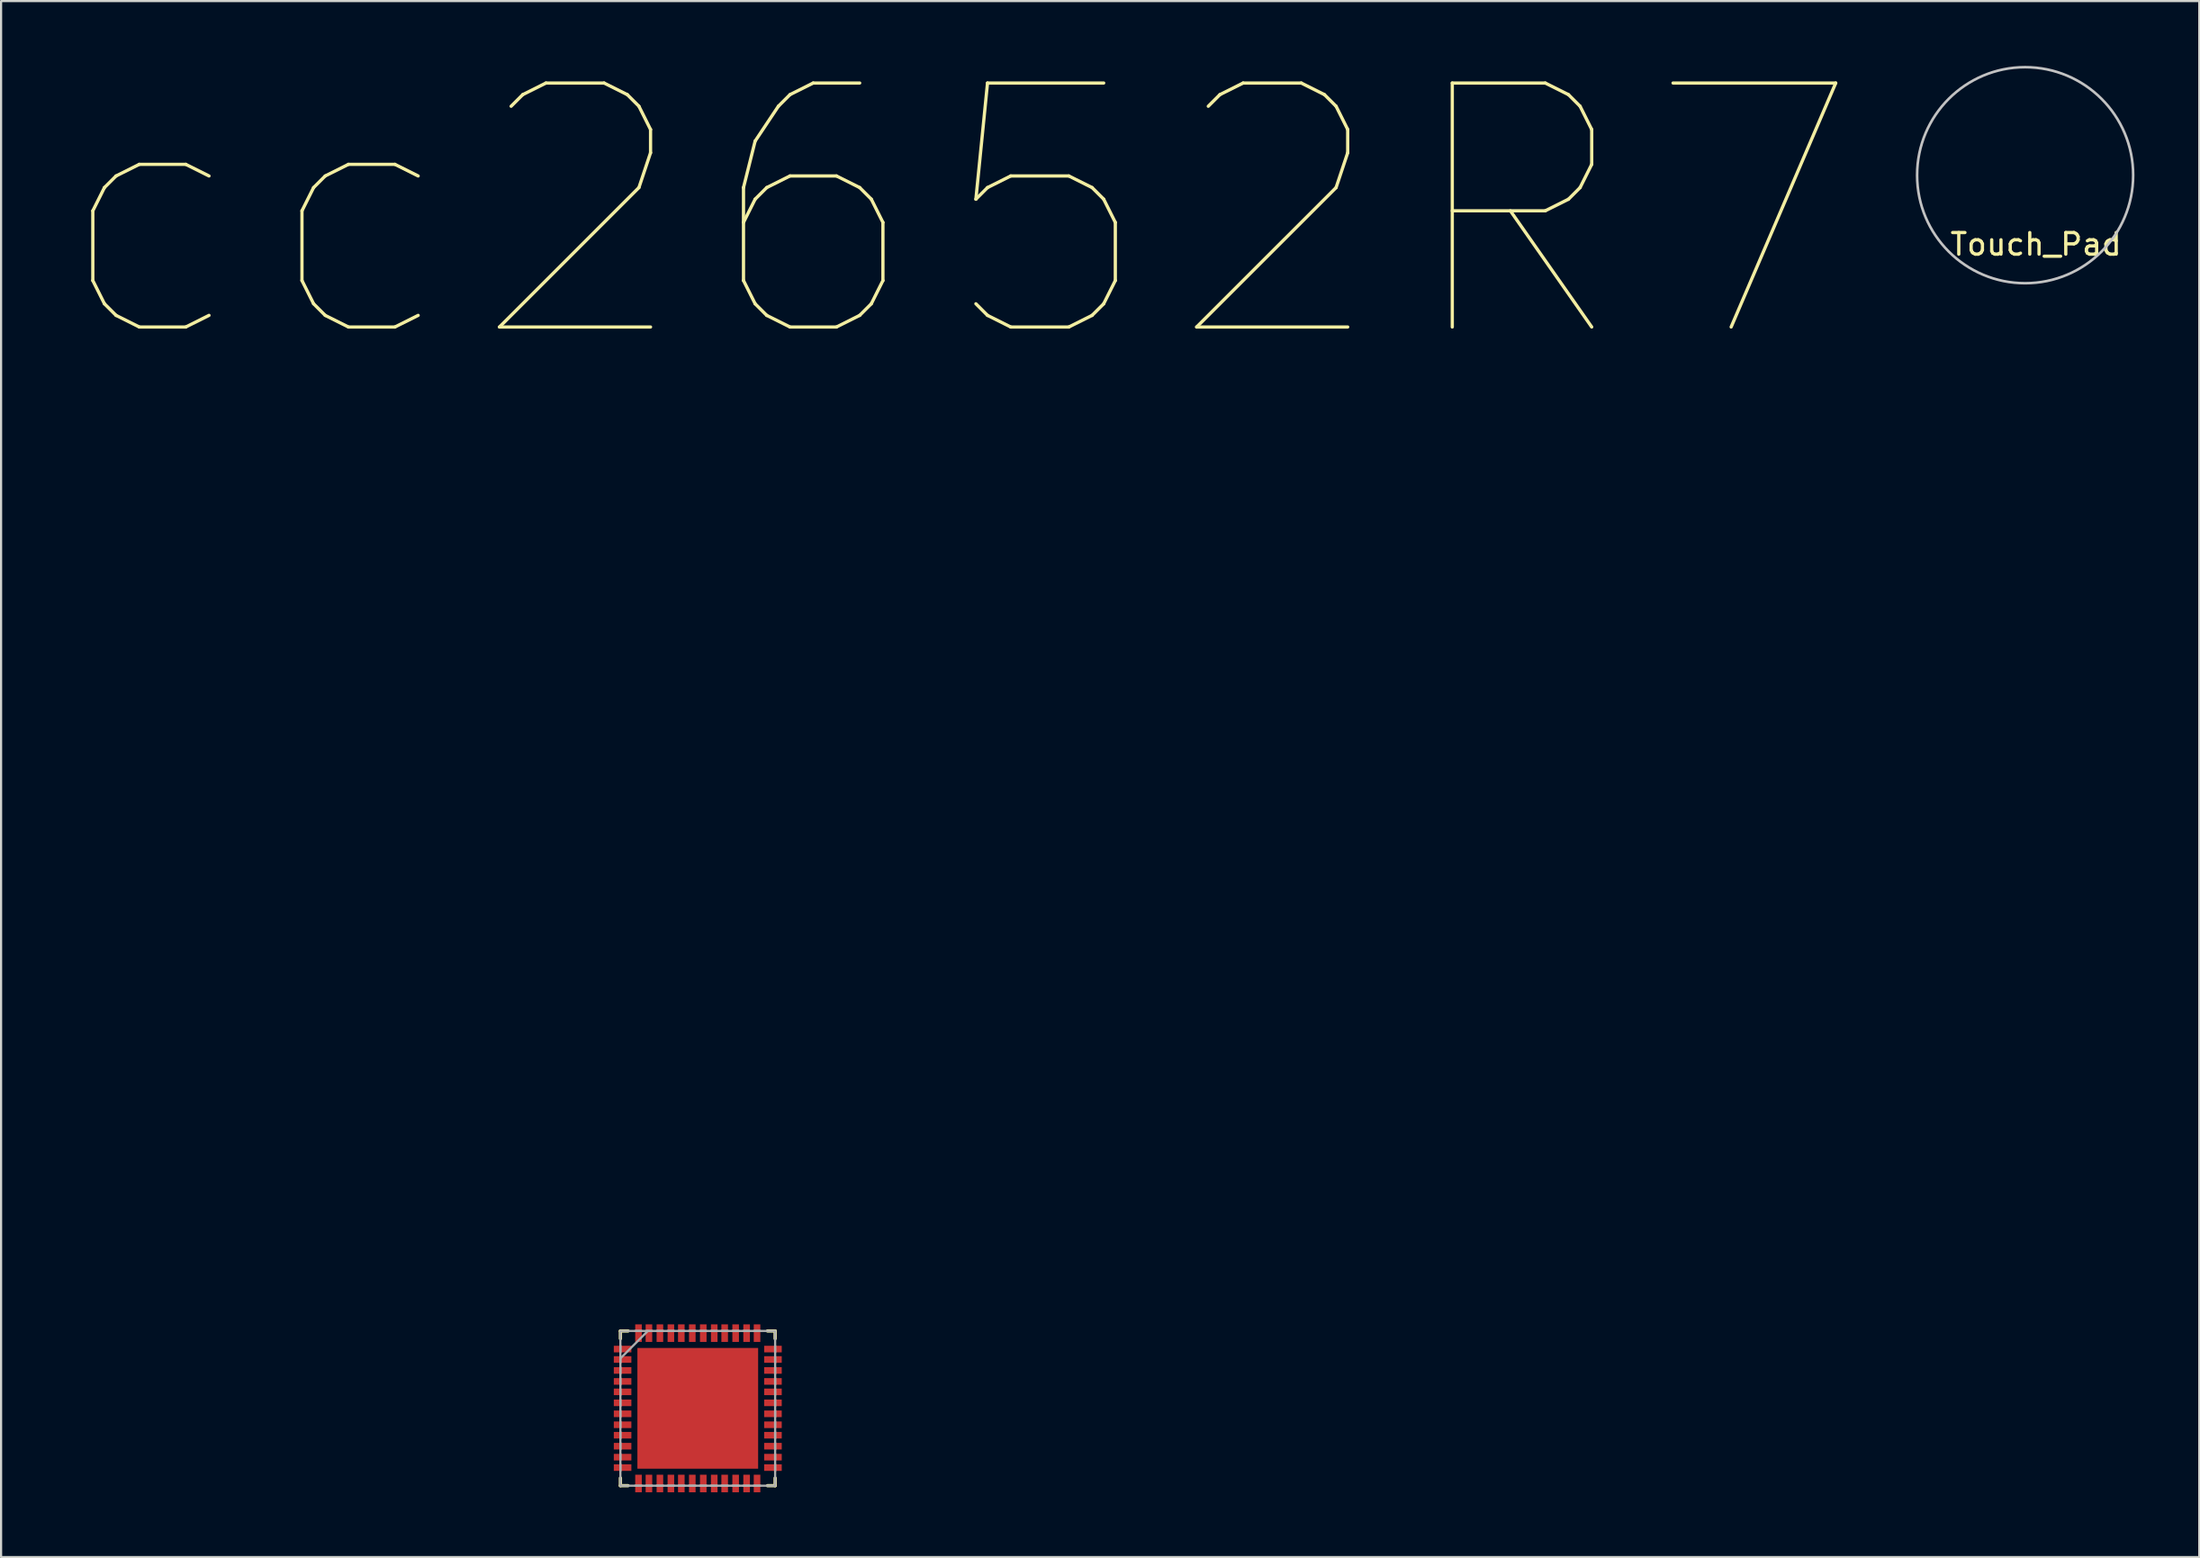
<source format=kicad_pcb>
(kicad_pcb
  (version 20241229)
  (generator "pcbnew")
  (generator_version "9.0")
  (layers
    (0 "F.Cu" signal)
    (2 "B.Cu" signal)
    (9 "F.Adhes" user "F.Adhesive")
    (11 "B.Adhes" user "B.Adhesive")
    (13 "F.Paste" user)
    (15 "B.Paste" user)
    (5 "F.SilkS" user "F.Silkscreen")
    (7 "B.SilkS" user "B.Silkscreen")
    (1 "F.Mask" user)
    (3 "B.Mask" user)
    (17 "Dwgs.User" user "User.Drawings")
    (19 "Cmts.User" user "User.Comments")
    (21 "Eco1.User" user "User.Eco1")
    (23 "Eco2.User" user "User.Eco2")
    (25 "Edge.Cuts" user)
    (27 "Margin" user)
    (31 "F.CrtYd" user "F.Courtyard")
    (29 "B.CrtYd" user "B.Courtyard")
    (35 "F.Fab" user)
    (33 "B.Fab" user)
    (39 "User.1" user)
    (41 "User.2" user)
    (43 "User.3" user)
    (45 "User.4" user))
  (footprint "Touch_Pad"
    (layer "F.Cu")
    (at 90.685 5.16)
    (property "Reference" "Touch_Pad" (at 0.5 3.1 0) (layer "F.SilkS") (effects (font (size 1 1) (thickness 0.15))))
    (attr through_hole)
    (fp_circle (center 0 -0.1) (end 5 -0.1) (stroke (width 0.12) (type solid)) (fill no) (layer "Dwgs.User")))
  (footprint "cc2652R7"
    (layer "F.Cu")
    (at 29.247 62.143)
    (property "Reference" "cc2652R7" (at 12.066 -55.273 0) (layer "F.SilkS") (effects (font (size 11.294 11.294) (thickness 0.15))))
    (attr smd)
    (fp_line (start -3.581 -3.581) (end -3.581 -3.226) (stroke (width 0.152) (type solid)) (layer "F.SilkS"))
    (fp_line (start -3.581 3.226) (end -3.581 3.581) (stroke (width 0.152) (type solid)) (layer "F.SilkS"))
    (fp_line (start -3.581 3.581) (end -3.226 3.581) (stroke (width 0.152) (type solid)) (layer "F.SilkS"))
    (fp_line (start -3.226 -3.581) (end -3.581 -3.581) (stroke (width 0.152) (type solid)) (layer "F.SilkS"))
    (fp_line (start 3.226 3.581) (end 3.581 3.581) (stroke (width 0.152) (type solid)) (layer "F.SilkS"))
    (fp_line (start 3.581 -3.581) (end 3.226 -3.581) (stroke (width 0.152) (type solid)) (layer "F.SilkS"))
    (fp_line (start 3.581 -3.226) (end 3.581 -3.581) (stroke (width 0.152) (type solid)) (layer "F.SilkS"))
    (fp_line (start 3.581 3.581) (end 3.581 3.226) (stroke (width 0.152) (type solid)) (layer "F.SilkS"))
    (fp_line (start -3.581 -3.581) (end -3.581 3.581) (stroke (width 0.1) (type solid)) (layer "F.Fab"))
    (fp_line (start -3.581 -2.896) (end -3.581 -2.591) (stroke (width 0.1) (type solid)) (layer "F.Fab"))
    (fp_line (start -3.581 -2.388) (end -3.581 -2.108) (stroke (width 0.1) (type solid)) (layer "F.Fab"))
    (fp_line (start -3.581 -2.311) (end -2.311 -3.581) (stroke (width 0.1) (type solid)) (layer "F.Fab"))
    (fp_line (start -3.581 -1.905) (end -3.581 -1.6) (stroke (width 0.1) (type solid)) (layer "F.Fab"))
    (fp_line (start -3.581 -1.397) (end -3.581 -1.092) (stroke (width 0.1) (type solid)) (layer "F.Fab"))
    (fp_line (start -3.581 -0.889) (end -3.581 -0.61) (stroke (width 0.1) (type solid)) (layer "F.Fab"))
    (fp_line (start -3.581 -0.406) (end -3.581 -0.102) (stroke (width 0.1) (type solid)) (layer "F.Fab"))
    (fp_line (start -3.581 0.102) (end -3.581 0.406) (stroke (width 0.1) (type solid)) (layer "F.Fab"))
    (fp_line (start -3.581 0.61) (end -3.581 0.889) (stroke (width 0.1) (type solid)) (layer "F.Fab"))
    (fp_line (start -3.581 1.092) (end -3.581 1.397) (stroke (width 0.1) (type solid)) (layer "F.Fab"))
    (fp_line (start -3.581 1.6) (end -3.581 1.905) (stroke (width 0.1) (type solid)) (layer "F.Fab"))
    (fp_line (start -3.581 2.108) (end -3.581 2.388) (stroke (width 0.1) (type solid)) (layer "F.Fab"))
    (fp_line (start -3.581 2.591) (end -3.581 2.896) (stroke (width 0.1) (type solid)) (layer "F.Fab"))
    (fp_line (start -3.581 3.581) (end 3.581 3.581) (stroke (width 0.1) (type solid)) (layer "F.Fab"))
    (fp_line (start -2.896 3.581) (end -2.591 3.581) (stroke (width 0.1) (type solid)) (layer "F.Fab"))
    (fp_line (start -2.591 -3.581) (end -2.896 -3.581) (stroke (width 0.1) (type solid)) (layer "F.Fab"))
    (fp_line (start -2.388 3.581) (end -2.108 3.581) (stroke (width 0.1) (type solid)) (layer "F.Fab"))
    (fp_line (start -2.108 -3.581) (end -2.388 -3.581) (stroke (width 0.1) (type solid)) (layer "F.Fab"))
    (fp_line (start -1.905 3.581) (end -1.6 3.581) (stroke (width 0.1) (type solid)) (layer "F.Fab"))
    (fp_line (start -1.6 -3.581) (end -1.905 -3.581) (stroke (width 0.1) (type solid)) (layer "F.Fab"))
    (fp_line (start -1.397 3.581) (end -1.092 3.581) (stroke (width 0.1) (type solid)) (layer "F.Fab"))
    (fp_line (start -1.092 -3.581) (end -1.397 -3.581) (stroke (width 0.1) (type solid)) (layer "F.Fab"))
    (fp_line (start -0.889 3.581) (end -0.61 3.581) (stroke (width 0.1) (type solid)) (layer "F.Fab"))
    (fp_line (start -0.61 -3.581) (end -0.889 -3.581) (stroke (width 0.1) (type solid)) (layer "F.Fab"))
    (fp_line (start -0.406 3.581) (end -0.102 3.581) (stroke (width 0.1) (type solid)) (layer "F.Fab"))
    (fp_line (start -0.102 -3.581) (end -0.406 -3.581) (stroke (width 0.1) (type solid)) (layer "F.Fab"))
    (fp_line (start 0.102 3.581) (end 0.406 3.581) (stroke (width 0.1) (type solid)) (layer "F.Fab"))
    (fp_line (start 0.406 -3.581) (end 0.102 -3.581) (stroke (width 0.1) (type solid)) (layer "F.Fab"))
    (fp_line (start 0.61 3.581) (end 0.889 3.581) (stroke (width 0.1) (type solid)) (layer "F.Fab"))
    (fp_line (start 0.889 -3.581) (end 0.61 -3.581) (stroke (width 0.1) (type solid)) (layer "F.Fab"))
    (fp_line (start 1.092 3.581) (end 1.397 3.581) (stroke (width 0.1) (type solid)) (layer "F.Fab"))
    (fp_line (start 1.397 -3.581) (end 1.092 -3.581) (stroke (width 0.1) (type solid)) (layer "F.Fab"))
    (fp_line (start 1.6 3.581) (end 1.905 3.581) (stroke (width 0.1) (type solid)) (layer "F.Fab"))
    (fp_line (start 1.905 -3.581) (end 1.6 -3.581) (stroke (width 0.1) (type solid)) (layer "F.Fab"))
    (fp_line (start 2.108 3.581) (end 2.388 3.581) (stroke (width 0.1) (type solid)) (layer "F.Fab"))
    (fp_line (start 2.388 -3.581) (end 2.108 -3.581) (stroke (width 0.1) (type solid)) (layer "F.Fab"))
    (fp_line (start 2.591 3.581) (end 2.896 3.581) (stroke (width 0.1) (type solid)) (layer "F.Fab"))
    (fp_line (start 2.896 -3.581) (end 2.591 -3.581) (stroke (width 0.1) (type solid)) (layer "F.Fab"))
    (fp_line (start 3.581 -3.581) (end -3.581 -3.581) (stroke (width 0.1) (type solid)) (layer "F.Fab"))
    (fp_line (start 3.581 -2.591) (end 3.581 -2.896) (stroke (width 0.1) (type solid)) (layer "F.Fab"))
    (fp_line (start 3.581 -2.108) (end 3.581 -2.388) (stroke (width 0.1) (type solid)) (layer "F.Fab"))
    (fp_line (start 3.581 -1.6) (end 3.581 -1.905) (stroke (width 0.1) (type solid)) (layer "F.Fab"))
    (fp_line (start 3.581 -1.092) (end 3.581 -1.397) (stroke (width 0.1) (type solid)) (layer "F.Fab"))
    (fp_line (start 3.581 -0.61) (end 3.581 -0.889) (stroke (width 0.1) (type solid)) (layer "F.Fab"))
    (fp_line (start 3.581 -0.102) (end 3.581 -0.406) (stroke (width 0.1) (type solid)) (layer "F.Fab"))
    (fp_line (start 3.581 0.406) (end 3.581 0.102) (stroke (width 0.1) (type solid)) (layer "F.Fab"))
    (fp_line (start 3.581 0.889) (end 3.581 0.61) (stroke (width 0.1) (type solid)) (layer "F.Fab"))
    (fp_line (start 3.581 1.397) (end 3.581 1.092) (stroke (width 0.1) (type solid)) (layer "F.Fab"))
    (fp_line (start 3.581 1.905) (end 3.581 1.6) (stroke (width 0.1) (type solid)) (layer "F.Fab"))
    (fp_line (start 3.581 2.388) (end 3.581 2.108) (stroke (width 0.1) (type solid)) (layer "F.Fab"))
    (fp_line (start 3.581 2.896) (end 3.581 2.591) (stroke (width 0.1) (type solid)) (layer "F.Fab"))
    (fp_line (start 3.581 3.581) (end 3.581 -3.581) (stroke (width 0.1) (type solid)) (layer "F.Fab"))
    (pad "1" smd rect (at -3.48 -2.743 270) (size 0.305 0.813) (layers "F.Cu" "F.Mask" "F.Paste"))
    (pad "2" smd rect (at -3.48 -2.261 270) (size 0.305 0.813) (layers "F.Cu" "F.Mask" "F.Paste"))
    (pad "3" smd rect (at -3.48 -1.753 270) (size 0.305 0.813) (layers "F.Cu" "F.Mask" "F.Paste"))
    (pad "4" smd rect (at -3.48 -1.245 270) (size 0.305 0.813) (layers "F.Cu" "F.Mask" "F.Paste"))
    (pad "5" smd rect (at -3.48 -0.762 270) (size 0.305 0.813) (layers "F.Cu" "F.Mask" "F.Paste"))
    (pad "6" smd rect (at -3.48 -0.254 270) (size 0.305 0.813) (layers "F.Cu" "F.Mask" "F.Paste"))
    (pad "7" smd rect (at -3.48 0.254 270) (size 0.305 0.813) (layers "F.Cu" "F.Mask" "F.Paste"))
    (pad "8" smd rect (at -3.48 0.762 270) (size 0.305 0.813) (layers "F.Cu" "F.Mask" "F.Paste"))
    (pad "9" smd rect (at -3.48 1.245 270) (size 0.305 0.813) (layers "F.Cu" "F.Mask" "F.Paste"))
    (pad "10" smd rect (at -3.48 1.753 270) (size 0.305 0.813) (layers "F.Cu" "F.Mask" "F.Paste"))
    (pad "11" smd rect (at -3.48 2.261 270) (size 0.305 0.813) (layers "F.Cu" "F.Mask" "F.Paste"))
    (pad "12" smd rect (at -3.48 2.743 270) (size 0.305 0.813) (layers "F.Cu" "F.Mask" "F.Paste"))
    (pad "13" smd rect (at -2.743 3.48 180) (size 0.305 0.813) (layers "F.Cu" "F.Mask" "F.Paste"))
    (pad "14" smd rect (at -2.261 3.48 180) (size 0.305 0.813) (layers "F.Cu" "F.Mask" "F.Paste"))
    (pad "15" smd rect (at -1.753 3.48 180) (size 0.305 0.813) (layers "F.Cu" "F.Mask" "F.Paste"))
    (pad "16" smd rect (at -1.245 3.48 180) (size 0.305 0.813) (layers "F.Cu" "F.Mask" "F.Paste"))
    (pad "17" smd rect (at -0.762 3.48 180) (size 0.305 0.813) (layers "F.Cu" "F.Mask" "F.Paste"))
    (pad "18" smd rect (at -0.254 3.48 180) (size 0.305 0.813) (layers "F.Cu" "F.Mask" "F.Paste"))
    (pad "19" smd rect (at 0.254 3.48 180) (size 0.305 0.813) (layers "F.Cu" "F.Mask" "F.Paste"))
    (pad "20" smd rect (at 0.762 3.48 180) (size 0.305 0.813) (layers "F.Cu" "F.Mask" "F.Paste"))
    (pad "21" smd rect (at 1.245 3.48 180) (size 0.305 0.813) (layers "F.Cu" "F.Mask" "F.Paste"))
    (pad "22" smd rect (at 1.753 3.48 180) (size 0.305 0.813) (layers "F.Cu" "F.Mask" "F.Paste"))
    (pad "23" smd rect (at 2.261 3.48 180) (size 0.305 0.813) (layers "F.Cu" "F.Mask" "F.Paste"))
    (pad "24" smd rect (at 2.743 3.48 180) (size 0.305 0.813) (layers "F.Cu" "F.Mask" "F.Paste"))
    (pad "25" smd rect (at 3.48 2.743 270) (size 0.305 0.813) (layers "F.Cu" "F.Mask" "F.Paste"))
    (pad "26" smd rect (at 3.48 2.261 270) (size 0.305 0.813) (layers "F.Cu" "F.Mask" "F.Paste"))
    (pad "27" smd rect (at 3.48 1.753 270) (size 0.305 0.813) (layers "F.Cu" "F.Mask" "F.Paste"))
    (pad "28" smd rect (at 3.48 1.245 270) (size 0.305 0.813) (layers "F.Cu" "F.Mask" "F.Paste"))
    (pad "29" smd rect (at 3.48 0.762 270) (size 0.305 0.813) (layers "F.Cu" "F.Mask" "F.Paste"))
    (pad "30" smd rect (at 3.48 0.254 270) (size 0.305 0.813) (layers "F.Cu" "F.Mask" "F.Paste"))
    (pad "31" smd rect (at 3.48 -0.254 270) (size 0.305 0.813) (layers "F.Cu" "F.Mask" "F.Paste"))
    (pad "32" smd rect (at 3.48 -0.762 270) (size 0.305 0.813) (layers "F.Cu" "F.Mask" "F.Paste"))
    (pad "33" smd rect (at 3.48 -1.245 270) (size 0.305 0.813) (layers "F.Cu" "F.Mask" "F.Paste"))
    (pad "34" smd rect (at 3.48 -1.753 270) (size 0.305 0.813) (layers "F.Cu" "F.Mask" "F.Paste"))
    (pad "35" smd rect (at 3.48 -2.261 270) (size 0.305 0.813) (layers "F.Cu" "F.Mask" "F.Paste"))
    (pad "36" smd rect (at 3.48 -2.743 270) (size 0.305 0.813) (layers "F.Cu" "F.Mask" "F.Paste"))
    (pad "37" smd rect (at 2.743 -3.48 180) (size 0.305 0.813) (layers "F.Cu" "F.Mask" "F.Paste"))
    (pad "38" smd rect (at 2.261 -3.48 180) (size 0.305 0.813) (layers "F.Cu" "F.Mask" "F.Paste"))
    (pad "39" smd rect (at 1.753 -3.48 180) (size 0.305 0.813) (layers "F.Cu" "F.Mask" "F.Paste"))
    (pad "40" smd rect (at 1.245 -3.48 180) (size 0.305 0.813) (layers "F.Cu" "F.Mask" "F.Paste"))
    (pad "41" smd rect (at 0.762 -3.48 180) (size 0.305 0.813) (layers "F.Cu" "F.Mask" "F.Paste"))
    (pad "42" smd rect (at 0.254 -3.48 180) (size 0.305 0.813) (layers "F.Cu" "F.Mask" "F.Paste"))
    (pad "43" smd rect (at -0.254 -3.48 180) (size 0.305 0.813) (layers "F.Cu" "F.Mask" "F.Paste"))
    (pad "44" smd rect (at -0.762 -3.48 180) (size 0.305 0.813) (layers "F.Cu" "F.Mask" "F.Paste"))
    (pad "45" smd rect (at -1.245 -3.48 180) (size 0.305 0.813) (layers "F.Cu" "F.Mask" "F.Paste"))
    (pad "46" smd rect (at -1.753 -3.48 180) (size 0.305 0.813) (layers "F.Cu" "F.Mask" "F.Paste"))
    (pad "47" smd rect (at -2.261 -3.48 180) (size 0.305 0.813) (layers "F.Cu" "F.Mask" "F.Paste"))
    (pad "48" smd rect (at -2.743 -3.48 180) (size 0.305 0.813) (layers "F.Cu" "F.Mask" "F.Paste"))
    (pad "49" smd rect (at 0 0) (size 5.588 5.588) (layers "F.Cu" "F.Mask" "F.Paste")))
  (gr_rect
    (start -3 -3)
    (end 98.745 69.03)
    (stroke (width 0.1) (type default))
    (fill no)
    (layer "Edge.Cuts")))
</source>
